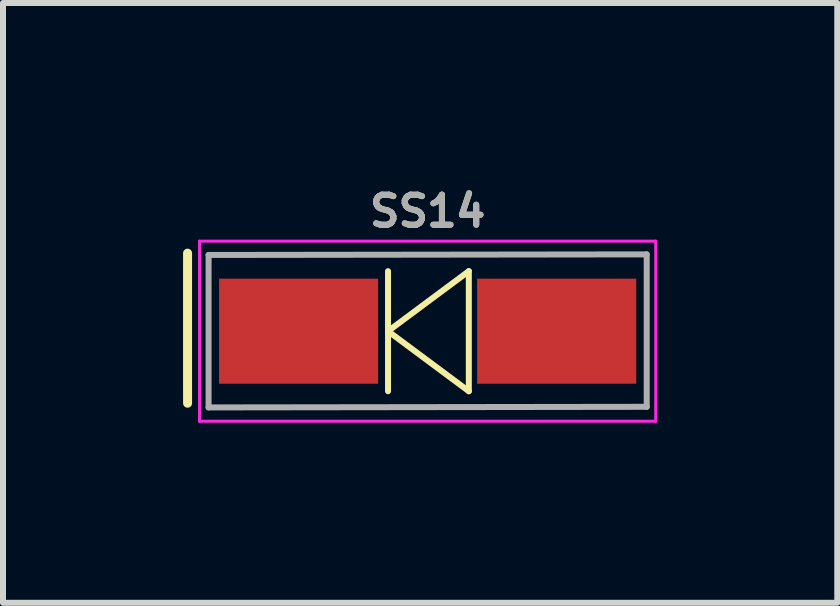
<source format=kicad_pcb>
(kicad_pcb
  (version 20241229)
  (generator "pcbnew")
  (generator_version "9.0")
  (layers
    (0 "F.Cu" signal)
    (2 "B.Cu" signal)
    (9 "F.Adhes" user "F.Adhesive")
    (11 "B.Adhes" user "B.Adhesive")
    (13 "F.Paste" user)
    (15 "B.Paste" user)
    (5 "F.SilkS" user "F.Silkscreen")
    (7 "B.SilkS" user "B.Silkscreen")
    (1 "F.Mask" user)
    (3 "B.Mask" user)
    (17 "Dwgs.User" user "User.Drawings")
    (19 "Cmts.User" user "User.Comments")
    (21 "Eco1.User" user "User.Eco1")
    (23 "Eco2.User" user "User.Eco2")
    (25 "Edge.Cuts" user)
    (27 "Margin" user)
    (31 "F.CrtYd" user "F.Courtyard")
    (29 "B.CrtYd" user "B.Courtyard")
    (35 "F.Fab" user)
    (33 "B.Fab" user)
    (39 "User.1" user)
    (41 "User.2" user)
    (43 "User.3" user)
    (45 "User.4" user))
  (footprint "SS14"
    (layer "F.Cu")
    (at 4.075 2.468)
    (property "Reference" "SS14" (at 0 -2 0) (layer "F.SilkS") (effects (font (size 0.5 0.5) (thickness 0.1))))
    (attr smd)
    (fp_line (start -4 -1.3) (end -4 1.2) (stroke (width 0.15) (type solid)) (layer "F.SilkS"))
    (fp_line (start -0.66 -1) (end -0.66 1) (stroke (width 0.1) (type solid)) (layer "F.SilkS"))
    (fp_line (start 0.686 -1) (end -0.66 0) (stroke (width 0.1) (type solid)) (layer "F.SilkS"))
    (fp_line (start 0.686 -1) (end 0.686 1) (stroke (width 0.1) (type solid)) (layer "F.SilkS"))
    (fp_line (start 0.686 1) (end -0.66 0) (stroke (width 0.1) (type solid)) (layer "F.SilkS"))
    (fp_line (start -3.8 -1.5) (end 3.8 -1.5) (stroke (width 0.05) (type solid)) (layer "F.CrtYd"))
    (fp_line (start -3.8 1.5) (end -3.8 -1.5) (stroke (width 0.05) (type solid)) (layer "F.CrtYd"))
    (fp_line (start 3.8 -1.5) (end 3.8 1.5) (stroke (width 0.05) (type solid)) (layer "F.CrtYd"))
    (fp_line (start 3.8 1.5) (end -3.8 1.5) (stroke (width 0.05) (type solid)) (layer "F.CrtYd"))
    (fp_line (start -3.65 -1.27) (end 3.65 -1.28) (stroke (width 0.1) (type solid)) (layer "F.Fab"))
    (fp_line (start -3.65 1.27) (end -3.65 -1.27) (stroke (width 0.1) (type solid)) (layer "F.Fab"))
    (fp_line (start 3.65 -1.28) (end 3.65 1.26) (stroke (width 0.1) (type solid)) (layer "F.Fab"))
    (fp_line (start 3.65 1.26) (end -3.65 1.27) (stroke (width 0.1) (type solid)) (layer "F.Fab"))
    (fp_text user "${REFERENCE}" (at 0 -2 0) (layer "F.Fab") (effects (font (size 0.5 0.5) (thickness 0.1))))
    (pad "1" smd rect (at -2.15 0) (size 2.65 1.75) (layers "F.Cu" "F.Mask" "F.Paste"))
    (pad "2" smd rect (at 2.15 0) (size 2.65 1.75) (layers "F.Cu" "F.Mask" "F.Paste")))
  (gr_rect
    (start -3 -3)
    (end 10.9 6.993)
    (stroke (width 0.1) (type default))
    (fill no)
    (layer "Edge.Cuts")))
</source>
